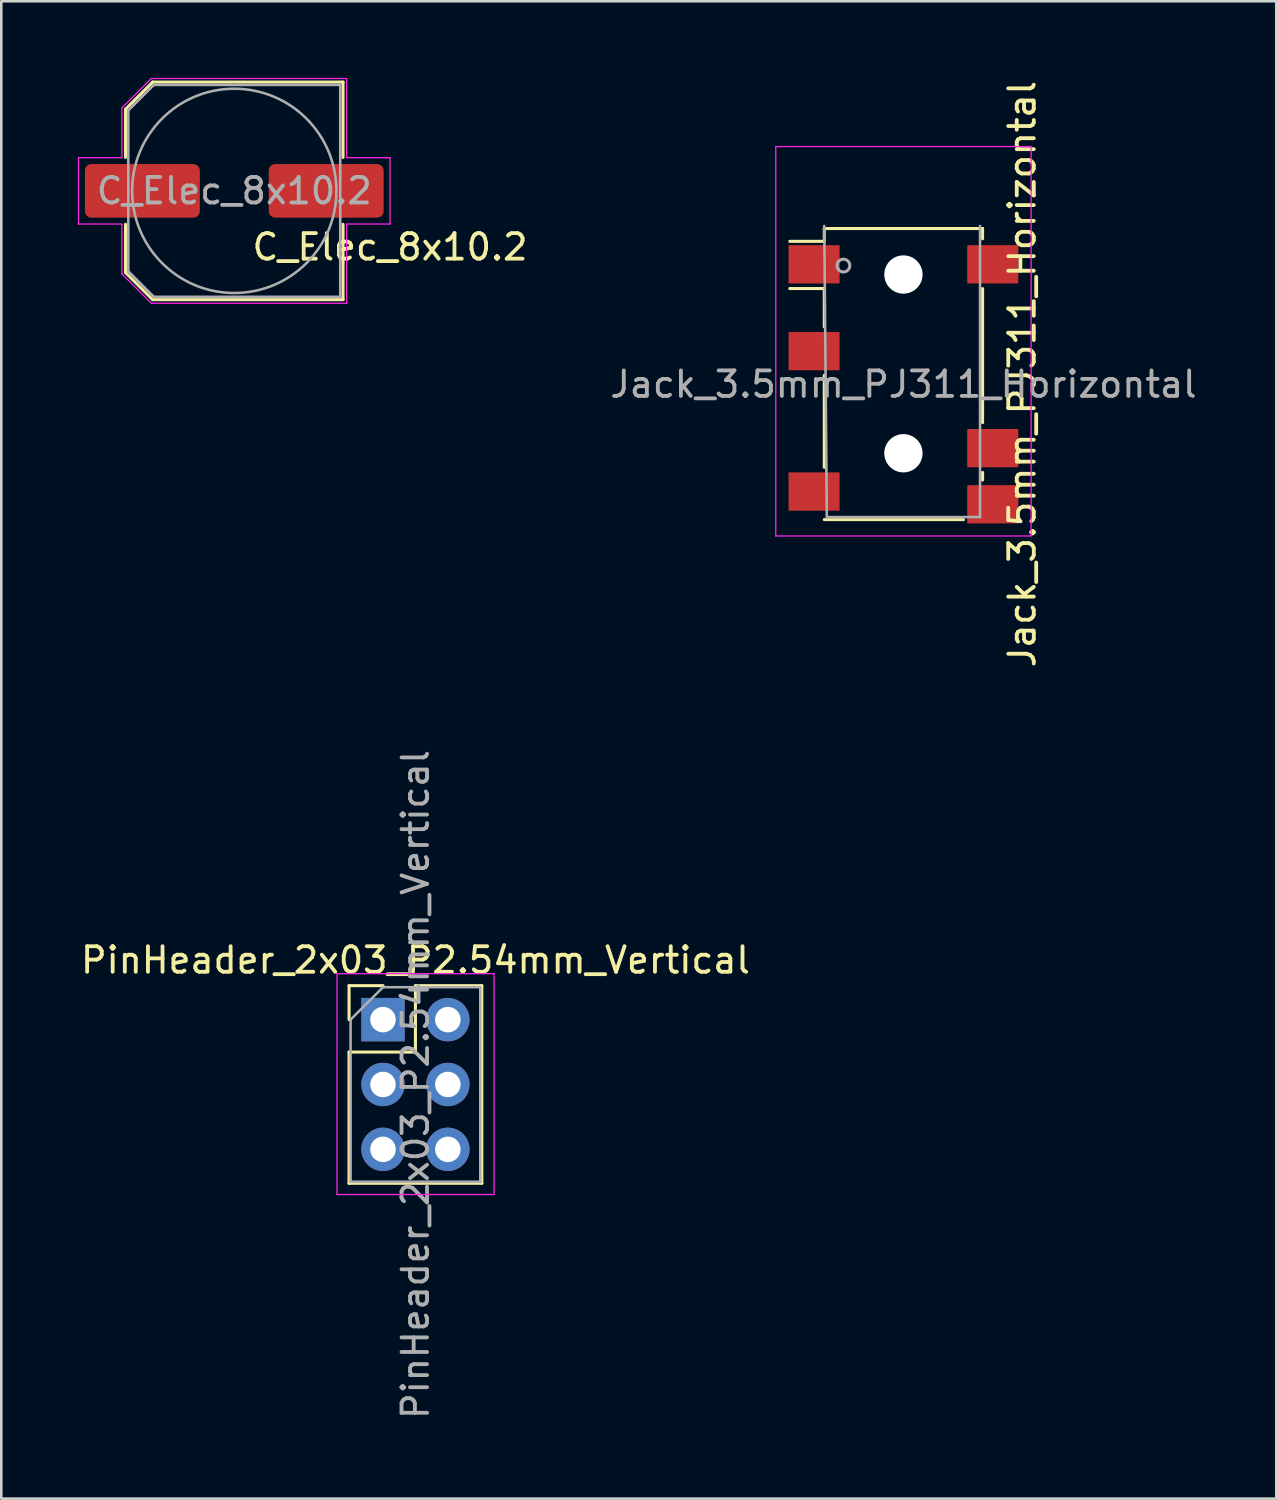
<source format=kicad_pcb>
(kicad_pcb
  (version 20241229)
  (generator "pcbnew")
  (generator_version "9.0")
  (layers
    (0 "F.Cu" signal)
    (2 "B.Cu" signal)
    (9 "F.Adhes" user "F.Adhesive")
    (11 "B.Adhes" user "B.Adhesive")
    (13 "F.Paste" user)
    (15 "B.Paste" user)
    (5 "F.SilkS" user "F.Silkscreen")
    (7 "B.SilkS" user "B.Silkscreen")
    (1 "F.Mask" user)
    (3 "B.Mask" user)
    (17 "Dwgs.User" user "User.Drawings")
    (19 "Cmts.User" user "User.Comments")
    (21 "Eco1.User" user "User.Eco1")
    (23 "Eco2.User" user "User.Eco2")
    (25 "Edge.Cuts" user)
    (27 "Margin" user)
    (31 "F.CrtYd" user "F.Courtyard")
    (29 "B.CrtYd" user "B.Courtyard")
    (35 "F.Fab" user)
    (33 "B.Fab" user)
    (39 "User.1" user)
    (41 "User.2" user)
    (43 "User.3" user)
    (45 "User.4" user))
  (footprint "Jack_3.5mm_PJ311_Horizontal"
    (layer "F.Cu")
    (at 32.332 12.001)
    (property "Reference" "Jack_3.5mm_PJ311_Horizontal" (at 4.65 -0.4 270) (layer "F.SilkS") (effects (font (size 1 1) (thickness 0.15))))
    (attr smd)
    (fp_line (start -3.1 -6.1) (end 3.1 -6.1) (stroke (width 0.12) (type solid)) (layer "F.SilkS"))
    (fp_line (start -3.1 -5.6) (end -4.45 -5.6) (stroke (width 0.12) (type solid)) (layer "F.SilkS"))
    (fp_line (start -3.1 -5.6) (end -3.1 -6.1) (stroke (width 0.12) (type solid)) (layer "F.SilkS"))
    (fp_line (start -3.1 -3.75) (end -4.45 -3.75) (stroke (width 0.12) (type solid)) (layer "F.SilkS"))
    (fp_line (start -3.1 -2.25) (end -3.1 -3.75) (stroke (width 0.12) (type solid)) (layer "F.SilkS"))
    (fp_line (start -3.1 3.25) (end -3.1 -0.35) (stroke (width 0.12) (type solid)) (layer "F.SilkS"))
    (fp_line (start 2.35 5.3) (end -3.1 5.3) (stroke (width 0.12) (type solid)) (layer "F.SilkS"))
    (fp_line (start 3.1 -6.1) (end 3.1 -5.7) (stroke (width 0.12) (type solid)) (layer "F.SilkS"))
    (fp_line (start 3.1 -3.75) (end 3.1 1.5) (stroke (width 0.12) (type solid)) (layer "F.SilkS"))
    (fp_line (start 3.1 3.45) (end 3.1 3.75) (stroke (width 0.12) (type solid)) (layer "F.SilkS"))
    (fp_line (start -5 -9.31) (end -5 5.94) (stroke (width 0.05) (type solid)) (layer "F.CrtYd"))
    (fp_line (start -5 -9.31) (end 5 -9.31) (stroke (width 0.05) (type solid)) (layer "F.CrtYd"))
    (fp_line (start -5 5.94) (end 5 5.94) (stroke (width 0.05) (type solid)) (layer "F.CrtYd"))
    (fp_line (start 5 5.94) (end 5 -9.31) (stroke (width 0.05) (type solid)) (layer "F.CrtYd"))
    (fp_line (start -3.1 -6.2) (end -3 5.2) (stroke (width 0.1) (type solid)) (layer "F.Fab"))
    (fp_line (start -3 5.2) (end 3 5.2) (stroke (width 0.1) (type solid)) (layer "F.Fab"))
    (fp_line (start 3 5.2) (end 3 -6.2) (stroke (width 0.1) (type solid)) (layer "F.Fab"))
    (fp_circle (center -2.35 -4.65) (end -2.1 -4.65) (stroke (width 0.12) (type solid)) (fill no) (layer "F.Fab"))
    (fp_text user "${REFERENCE}" (at 0 0 180) (layer "F.Fab") (effects (font (size 1 1) (thickness 0.15))))
    (pad "" np_thru_hole circle (at 0 -4.3) (size 1.5 1.5) (drill 1.5) (layers "*.Cu" "*.Mask"))
    (pad "" np_thru_hole circle (at 0 2.7) (size 1.5 1.5) (drill 1.5) (layers "*.Cu" "*.Mask"))
    (pad "1" smd rect (at -3.5 -4.7) (size 2 1.5) (layers "F.Cu" "F.Mask" "F.Paste"))
    (pad "2" smd rect (at 3.5 -4.7) (size 2 1.5) (layers "F.Cu" "F.Mask" "F.Paste"))
    (pad "3" smd rect (at -3.5 -1.3) (size 2 1.5) (layers "F.Cu" "F.Mask" "F.Paste"))
    (pad "4" smd rect (at 3.5 2.5) (size 2 1.5) (layers "F.Cu" "F.Mask" "F.Paste"))
    (pad "5" smd rect (at 3.5 4.7) (size 2 1.5) (layers "F.Cu" "F.Mask" "F.Paste"))
    (pad "6" smd rect (at -3.5 4.2) (size 2 1.5) (layers "F.Cu" "F.Mask" "F.Paste")))
  (footprint "C_Elec_8x10.2"
    (layer "F.Cu")
    (at 6.125 4.425)
    (property "Reference" "C_Elec_8x10.2" (at 6.1 2.2 180) (layer "F.SilkS") (effects (font (size 1 1) (thickness 0.15))))
    (attr smd)
    (fp_line (start -4.26 -3.196) (end -4.26 -1.31) (stroke (width 0.12) (type solid)) (layer "F.SilkS"))
    (fp_line (start -4.26 -3.196) (end -3.196 -4.26) (stroke (width 0.12) (type solid)) (layer "F.SilkS"))
    (fp_line (start -4.26 3.196) (end -4.26 1.31) (stroke (width 0.12) (type solid)) (layer "F.SilkS"))
    (fp_line (start -4.26 3.196) (end -3.196 4.26) (stroke (width 0.12) (type solid)) (layer "F.SilkS"))
    (fp_line (start -3.196 -4.26) (end 4.26 -4.26) (stroke (width 0.12) (type solid)) (layer "F.SilkS"))
    (fp_line (start -3.196 4.26) (end 4.26 4.26) (stroke (width 0.12) (type solid)) (layer "F.SilkS"))
    (fp_line (start 4.26 -4.26) (end 4.26 -1.31) (stroke (width 0.12) (type solid)) (layer "F.SilkS"))
    (fp_line (start 4.26 4.26) (end 4.26 1.31) (stroke (width 0.12) (type solid)) (layer "F.SilkS"))
    (fp_line (start -6.1 -1.3) (end -6.1 1.3) (stroke (width 0.05) (type solid)) (layer "F.CrtYd"))
    (fp_line (start -6.1 1.3) (end -4.4 1.3) (stroke (width 0.05) (type solid)) (layer "F.CrtYd"))
    (fp_line (start -4.4 -3.25) (end -4.4 -1.3) (stroke (width 0.05) (type solid)) (layer "F.CrtYd"))
    (fp_line (start -4.4 -3.25) (end -3.25 -4.4) (stroke (width 0.05) (type solid)) (layer "F.CrtYd"))
    (fp_line (start -4.4 -1.3) (end -6.1 -1.3) (stroke (width 0.05) (type solid)) (layer "F.CrtYd"))
    (fp_line (start -4.4 1.3) (end -4.4 3.25) (stroke (width 0.05) (type solid)) (layer "F.CrtYd"))
    (fp_line (start -4.4 3.25) (end -3.25 4.4) (stroke (width 0.05) (type solid)) (layer "F.CrtYd"))
    (fp_line (start -3.25 -4.4) (end 4.4 -4.4) (stroke (width 0.05) (type solid)) (layer "F.CrtYd"))
    (fp_line (start -3.25 4.4) (end 4.4 4.4) (stroke (width 0.05) (type solid)) (layer "F.CrtYd"))
    (fp_line (start 4.4 -4.4) (end 4.4 -1.3) (stroke (width 0.05) (type solid)) (layer "F.CrtYd"))
    (fp_line (start 4.4 -1.3) (end 6.1 -1.3) (stroke (width 0.05) (type solid)) (layer "F.CrtYd"))
    (fp_line (start 4.4 1.3) (end 4.4 4.4) (stroke (width 0.05) (type solid)) (layer "F.CrtYd"))
    (fp_line (start 6.1 -1.3) (end 6.1 1.3) (stroke (width 0.05) (type solid)) (layer "F.CrtYd"))
    (fp_line (start 6.1 1.3) (end 4.4 1.3) (stroke (width 0.05) (type solid)) (layer "F.CrtYd"))
    (fp_line (start -4.15 -3.15) (end -4.15 3.15) (stroke (width 0.1) (type solid)) (layer "F.Fab"))
    (fp_line (start -4.15 -3.15) (end -3.15 -4.15) (stroke (width 0.1) (type solid)) (layer "F.Fab"))
    (fp_line (start -4.15 3.15) (end -3.15 4.15) (stroke (width 0.1) (type solid)) (layer "F.Fab"))
    (fp_line (start -3.15 -4.15) (end 4.15 -4.15) (stroke (width 0.1) (type solid)) (layer "F.Fab"))
    (fp_line (start -3.15 4.15) (end 4.15 4.15) (stroke (width 0.1) (type solid)) (layer "F.Fab"))
    (fp_line (start 4.15 -4.15) (end 4.15 4.15) (stroke (width 0.1) (type solid)) (layer "F.Fab"))
    (fp_circle (center 0 0) (end 4 0) (stroke (width 0.1) (type solid)) (fill no) (layer "F.Fab"))
    (fp_text user "${REFERENCE}" (at 0 0 180) (layer "F.Fab") (effects (font (size 1 1) (thickness 0.15))))
    (pad "1" smd roundrect (at -3.6 0) (size 4.5 2.1) (layers "F.Cu" "F.Mask" "F.Paste") (roundrect_rratio 0.119))
    (pad "2" smd roundrect (at 3.6 0) (size 4.5 2.1) (layers "F.Cu" "F.Mask" "F.Paste") (roundrect_rratio 0.119)))
  (footprint "PinHeader_2x03_P2.54mm_Vertical"
    (layer "F.Cu")
    (at 11.95 36.883)
    (property "Reference" "PinHeader_2x03_P2.54mm_Vertical" (at 1.27 -2.33 0) (layer "F.SilkS") (effects (font (size 1 1) (thickness 0.15))))
    (attr through_hole)
    (fp_line (start -1.33 -1.33) (end 0 -1.33) (stroke (width 0.12) (type solid)) (layer "F.SilkS"))
    (fp_line (start -1.33 0) (end -1.33 -1.33) (stroke (width 0.12) (type solid)) (layer "F.SilkS"))
    (fp_line (start -1.33 1.27) (end -1.33 6.41) (stroke (width 0.12) (type solid)) (layer "F.SilkS"))
    (fp_line (start -1.33 1.27) (end 1.27 1.27) (stroke (width 0.12) (type solid)) (layer "F.SilkS"))
    (fp_line (start -1.33 6.41) (end 3.87 6.41) (stroke (width 0.12) (type solid)) (layer "F.SilkS"))
    (fp_line (start 1.27 -1.33) (end 3.87 -1.33) (stroke (width 0.12) (type solid)) (layer "F.SilkS"))
    (fp_line (start 1.27 1.27) (end 1.27 -1.33) (stroke (width 0.12) (type solid)) (layer "F.SilkS"))
    (fp_line (start 3.87 -1.33) (end 3.87 6.41) (stroke (width 0.12) (type solid)) (layer "F.SilkS"))
    (fp_line (start -1.8 -1.8) (end -1.8 6.85) (stroke (width 0.05) (type solid)) (layer "F.CrtYd"))
    (fp_line (start -1.8 6.85) (end 4.35 6.85) (stroke (width 0.05) (type solid)) (layer "F.CrtYd"))
    (fp_line (start 4.35 -1.8) (end -1.8 -1.8) (stroke (width 0.05) (type solid)) (layer "F.CrtYd"))
    (fp_line (start 4.35 6.85) (end 4.35 -1.8) (stroke (width 0.05) (type solid)) (layer "F.CrtYd"))
    (fp_line (start -1.27 0) (end 0 -1.27) (stroke (width 0.1) (type solid)) (layer "F.Fab"))
    (fp_line (start -1.27 6.35) (end -1.27 0) (stroke (width 0.1) (type solid)) (layer "F.Fab"))
    (fp_line (start 0 -1.27) (end 3.81 -1.27) (stroke (width 0.1) (type solid)) (layer "F.Fab"))
    (fp_line (start 3.81 -1.27) (end 3.81 6.35) (stroke (width 0.1) (type solid)) (layer "F.Fab"))
    (fp_line (start 3.81 6.35) (end -1.27 6.35) (stroke (width 0.1) (type solid)) (layer "F.Fab"))
    (fp_text user "${REFERENCE}" (at 1.27 2.54 90) (layer "F.Fab") (effects (font (size 1 1) (thickness 0.15))))
    (pad "1" thru_hole rect (at 0 0) (size 1.7 1.7) (drill 1) (layers "*.Cu" "*.Mask"))
    (pad "2" thru_hole oval (at 0 2.54) (size 1.7 1.7) (drill 1) (layers "*.Cu" "*.Mask"))
    (pad "3" thru_hole oval (at 0 5.08) (size 1.7 1.7) (drill 1) (layers "*.Cu" "*.Mask"))
    (pad "4" thru_hole oval (at 2.54 5.08) (size 1.7 1.7) (drill 1) (layers "*.Cu" "*.Mask"))
    (pad "5" thru_hole oval (at 2.54 2.54) (size 1.7 1.7) (drill 1) (layers "*.Cu" "*.Mask"))
    (pad "6" thru_hole oval (at 2.54 0) (size 1.7 1.7) (drill 1) (layers "*.Cu" "*.Mask")))
  (gr_rect
    (start -3 -3)
    (end 46.933 55.643)
    (stroke (width 0.1) (type default))
    (fill no)
    (layer "Edge.Cuts")))
</source>
